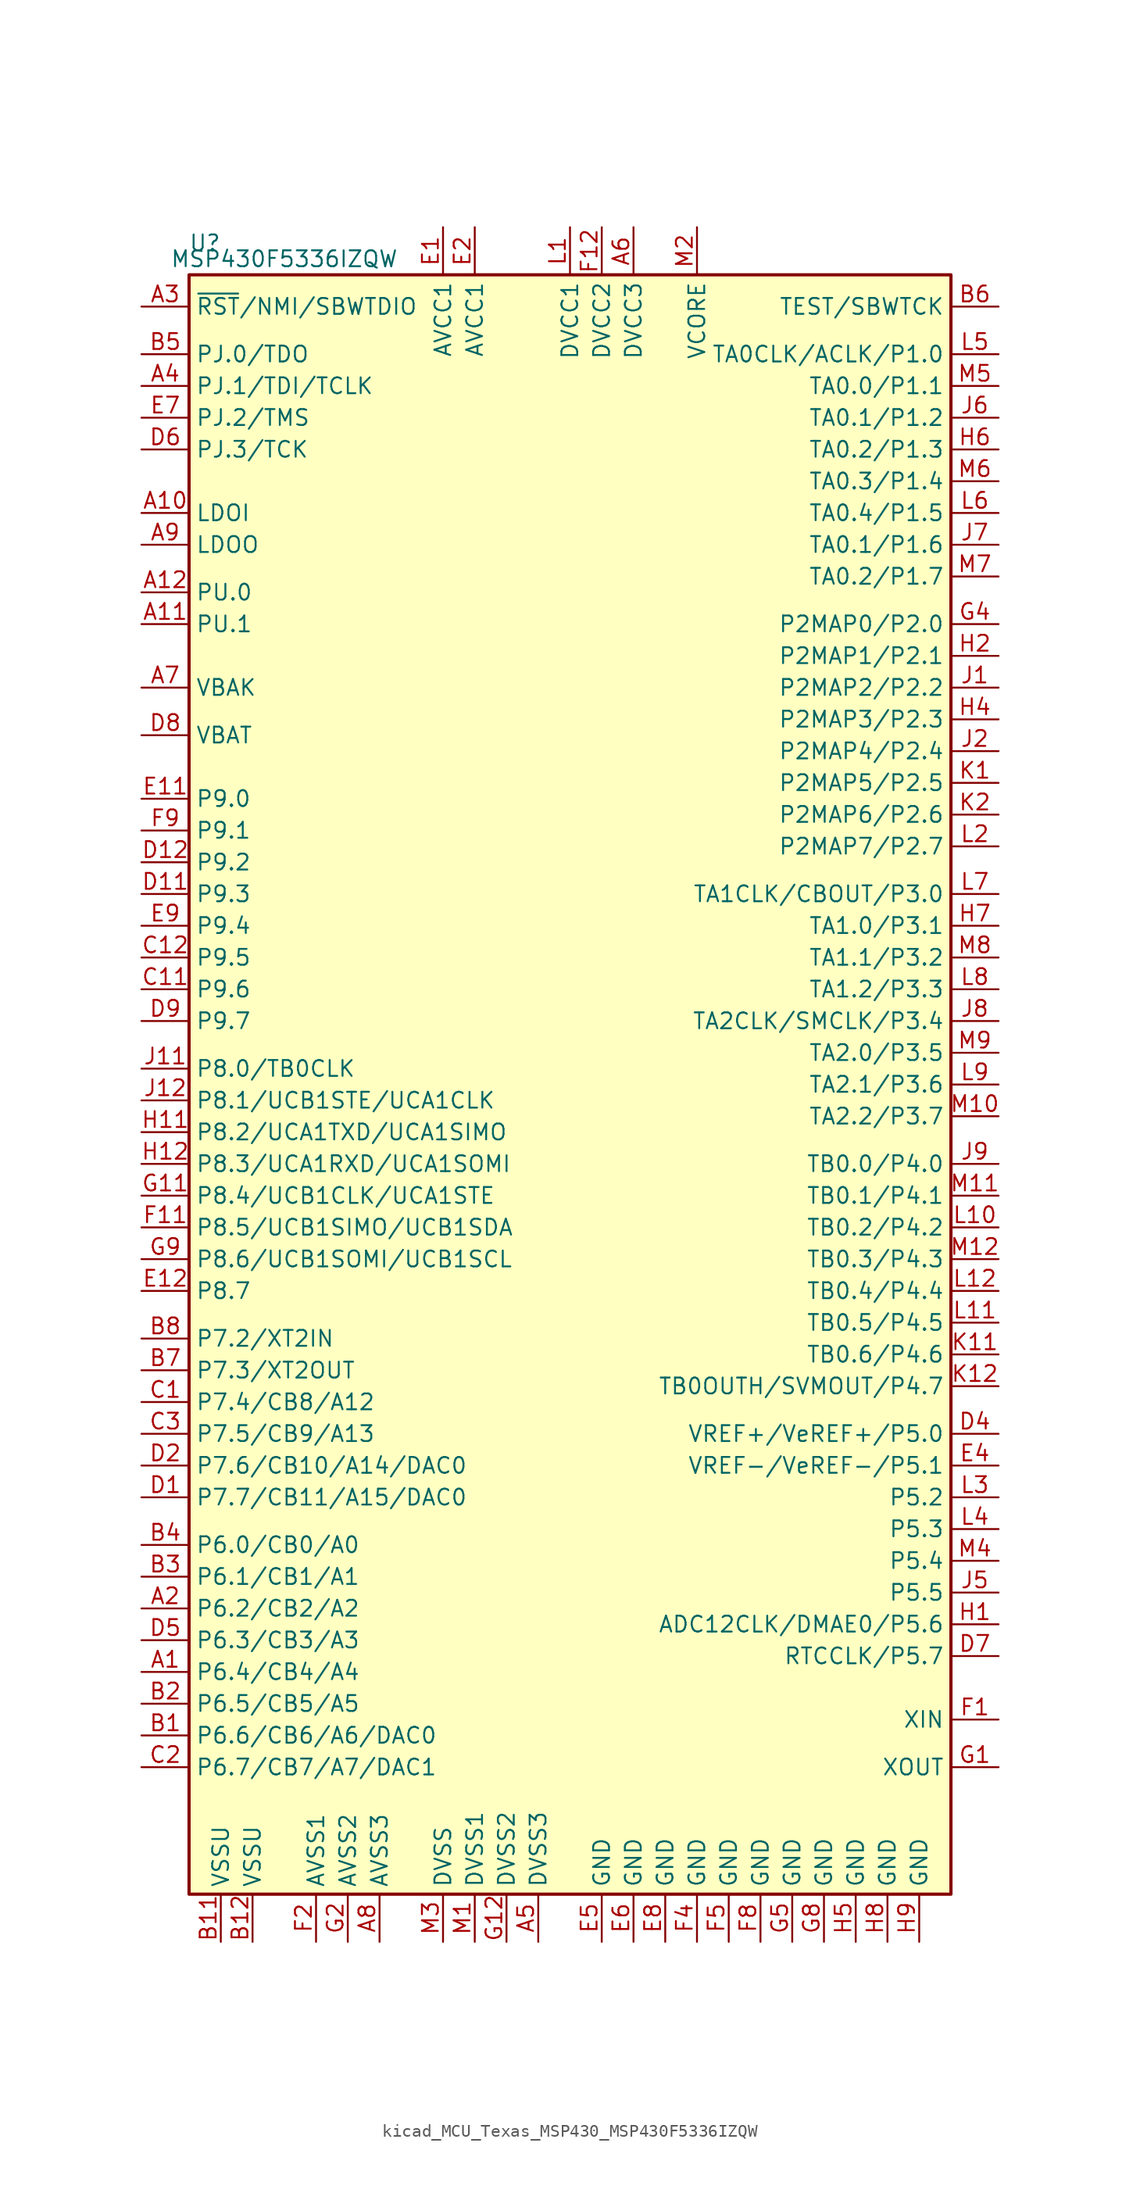
<source format=kicad_sym>
(kicad_symbol_lib
  (version 20220914)
  (generator kicad_symbol_editor)
  (symbol "kicad_MCU_Texas_MSP430_MSP430F5336IZQW"
    (property "Reference" "U"
      (at -29.21 67.31 0)
      (effects (font (size 1.27 1.27))))
    (property "Value" "MSP430F5336IZQW"
      (at -22.86 66.04 0)
      (effects (font (size 1.27 1.27))))
    (symbol "kicad_MCU_Texas_MSP430_MSP430F5336IZQW_0_1"
      (rectangle (start -30.48 64.77) (end 30.48 -64.77) (stroke (width 0.254) (type default)) (fill (type background))))
    (symbol "kicad_MCU_Texas_MSP430_MSP430F5336IZQW_1_1"
      (pin bidirectional line (at -34.29 -46.99 0) (length 3.81) (name "P6.4/CB4/A4" (effects (font (size 1.27 1.27)))) (number "A1" (effects (font (size 1.27 1.27)))))
      (pin bidirectional line (at -34.29 45.72 0) (length 3.81) (name "LDOI" (effects (font (size 1.27 1.27)))) (number "A10" (effects (font (size 1.27 1.27)))))
      (pin bidirectional line (at -34.29 36.83 0) (length 3.81) (name "PU.1" (effects (font (size 1.27 1.27)))) (number "A11" (effects (font (size 1.27 1.27)))))
      (pin bidirectional line (at -34.29 39.37 0) (length 3.81) (name "PU.0" (effects (font (size 1.27 1.27)))) (number "A12" (effects (font (size 1.27 1.27)))))
      (pin bidirectional line (at -34.29 -41.91 0) (length 3.81) (name "P6.2/CB2/A2" (effects (font (size 1.27 1.27)))) (number "A2" (effects (font (size 1.27 1.27)))))
      (pin input line (at -34.29 62.23 0) (length 3.81) (name "~{RST}/NMI/SBWTDIO" (effects (font (size 1.27 1.27)))) (number "A3" (effects (font (size 1.27 1.27)))))
      (pin bidirectional line (at -34.29 55.88 0) (length 3.81) (name "PJ.1/TDI/TCLK" (effects (font (size 1.27 1.27)))) (number "A4" (effects (font (size 1.27 1.27)))))
      (pin power_in line (at -2.54 -68.58 90) (length 3.81) (name "DVSS3" (effects (font (size 1.27 1.27)))) (number "A5" (effects (font (size 1.27 1.27)))))
      (pin power_in line (at 5.08 68.58 270) (length 3.81) (name "DVCC3" (effects (font (size 1.27 1.27)))) (number "A6" (effects (font (size 1.27 1.27)))))
      (pin bidirectional line (at -34.29 31.75 0) (length 3.81) (name "VBAK" (effects (font (size 1.27 1.27)))) (number "A7" (effects (font (size 1.27 1.27)))))
      (pin power_in line (at -15.24 -68.58 90) (length 3.81) (name "AVSS3" (effects (font (size 1.27 1.27)))) (number "A8" (effects (font (size 1.27 1.27)))))
      (pin bidirectional line (at -34.29 43.18 0) (length 3.81) (name "LDOO" (effects (font (size 1.27 1.27)))) (number "A9" (effects (font (size 1.27 1.27)))))
      (pin bidirectional line (at -34.29 -52.07 0) (length 3.81) (name "P6.6/CB6/A6/DAC0" (effects (font (size 1.27 1.27)))) (number "B1" (effects (font (size 1.27 1.27)))))
      (pin power_in line (at -27.94 -68.58 90) (length 3.81) (name "VSSU" (effects (font (size 1.27 1.27)))) (number "B11" (effects (font (size 1.27 1.27)))))
      (pin power_in line (at -25.4 -68.58 90) (length 3.81) (name "VSSU" (effects (font (size 1.27 1.27)))) (number "B12" (effects (font (size 1.27 1.27)))))
      (pin bidirectional line (at -34.29 -49.53 0) (length 3.81) (name "P6.5/CB5/A5" (effects (font (size 1.27 1.27)))) (number "B2" (effects (font (size 1.27 1.27)))))
      (pin bidirectional line (at -34.29 -39.37 0) (length 3.81) (name "P6.1/CB1/A1" (effects (font (size 1.27 1.27)))) (number "B3" (effects (font (size 1.27 1.27)))))
      (pin bidirectional line (at -34.29 -36.83 0) (length 3.81) (name "P6.0/CB0/A0" (effects (font (size 1.27 1.27)))) (number "B4" (effects (font (size 1.27 1.27)))))
      (pin bidirectional line (at -34.29 58.42 0) (length 3.81) (name "PJ.0/TDO" (effects (font (size 1.27 1.27)))) (number "B5" (effects (font (size 1.27 1.27)))))
      (pin input line (at 34.29 62.23 180) (length 3.81) (name "TEST/SBWTCK" (effects (font (size 1.27 1.27)))) (number "B6" (effects (font (size 1.27 1.27)))))
      (pin bidirectional line (at -34.29 -22.86 0) (length 3.81) (name "P7.3/XT2OUT" (effects (font (size 1.27 1.27)))) (number "B7" (effects (font (size 1.27 1.27)))))
      (pin bidirectional line (at -34.29 -20.32 0) (length 3.81) (name "P7.2/XT2IN" (effects (font (size 1.27 1.27)))) (number "B8" (effects (font (size 1.27 1.27)))))
      (pin bidirectional line (at -34.29 -25.4 0) (length 3.81) (name "P7.4/CB8/A12" (effects (font (size 1.27 1.27)))) (number "C1" (effects (font (size 1.27 1.27)))))
      (pin bidirectional line (at -34.29 7.62 0) (length 3.81) (name "P9.6" (effects (font (size 1.27 1.27)))) (number "C11" (effects (font (size 1.27 1.27)))))
      (pin bidirectional line (at -34.29 10.16 0) (length 3.81) (name "P9.5" (effects (font (size 1.27 1.27)))) (number "C12" (effects (font (size 1.27 1.27)))))
      (pin bidirectional line (at -34.29 -54.61 0) (length 3.81) (name "P6.7/CB7/A7/DAC1" (effects (font (size 1.27 1.27)))) (number "C2" (effects (font (size 1.27 1.27)))))
      (pin bidirectional line (at -34.29 -27.94 0) (length 3.81) (name "P7.5/CB9/A13" (effects (font (size 1.27 1.27)))) (number "C3" (effects (font (size 1.27 1.27)))))
      (pin bidirectional line (at -34.29 -33.02 0) (length 3.81) (name "P7.7/CB11/A15/DAC0" (effects (font (size 1.27 1.27)))) (number "D1" (effects (font (size 1.27 1.27)))))
      (pin bidirectional line (at -34.29 15.24 0) (length 3.81) (name "P9.3" (effects (font (size 1.27 1.27)))) (number "D11" (effects (font (size 1.27 1.27)))))
      (pin bidirectional line (at -34.29 17.78 0) (length 3.81) (name "P9.2" (effects (font (size 1.27 1.27)))) (number "D12" (effects (font (size 1.27 1.27)))))
      (pin bidirectional line (at -34.29 -30.48 0) (length 3.81) (name "P7.6/CB10/A14/DAC0" (effects (font (size 1.27 1.27)))) (number "D2" (effects (font (size 1.27 1.27)))))
      (pin bidirectional line (at 34.29 -27.94 180) (length 3.81) (name "VREF+/VeREF+/P5.0" (effects (font (size 1.27 1.27)))) (number "D4" (effects (font (size 1.27 1.27)))))
      (pin bidirectional line (at -34.29 -44.45 0) (length 3.81) (name "P6.3/CB3/A3" (effects (font (size 1.27 1.27)))) (number "D5" (effects (font (size 1.27 1.27)))))
      (pin bidirectional line (at -34.29 50.8 0) (length 3.81) (name "PJ.3/TCK" (effects (font (size 1.27 1.27)))) (number "D6" (effects (font (size 1.27 1.27)))))
      (pin bidirectional line (at 34.29 -45.72 180) (length 3.81) (name "RTCCLK/P5.7" (effects (font (size 1.27 1.27)))) (number "D7" (effects (font (size 1.27 1.27)))))
      (pin bidirectional line (at -34.29 27.94 0) (length 3.81) (name "VBAT" (effects (font (size 1.27 1.27)))) (number "D8" (effects (font (size 1.27 1.27)))))
      (pin bidirectional line (at -34.29 5.08 0) (length 3.81) (name "P9.7" (effects (font (size 1.27 1.27)))) (number "D9" (effects (font (size 1.27 1.27)))))
      (pin power_in line (at -10.16 68.58 270) (length 3.81) (name "AVCC1" (effects (font (size 1.27 1.27)))) (number "E1" (effects (font (size 1.27 1.27)))))
      (pin bidirectional line (at -34.29 22.86 0) (length 3.81) (name "P9.0" (effects (font (size 1.27 1.27)))) (number "E11" (effects (font (size 1.27 1.27)))))
      (pin bidirectional line (at -34.29 -16.51 0) (length 3.81) (name "P8.7" (effects (font (size 1.27 1.27)))) (number "E12" (effects (font (size 1.27 1.27)))))
      (pin power_in line (at -7.62 68.58 270) (length 3.81) (name "AVCC1" (effects (font (size 1.27 1.27)))) (number "E2" (effects (font (size 1.27 1.27)))))
      (pin bidirectional line (at 34.29 -30.48 180) (length 3.81) (name "VREF-/VeREF-/P5.1" (effects (font (size 1.27 1.27)))) (number "E4" (effects (font (size 1.27 1.27)))))
      (pin power_in line (at 2.54 -68.58 90) (length 3.81) (name "GND" (effects (font (size 1.27 1.27)))) (number "E5" (effects (font (size 1.27 1.27)))))
      (pin power_in line (at 5.08 -68.58 90) (length 3.81) (name "GND" (effects (font (size 1.27 1.27)))) (number "E6" (effects (font (size 1.27 1.27)))))
      (pin bidirectional line (at -34.29 53.34 0) (length 3.81) (name "PJ.2/TMS" (effects (font (size 1.27 1.27)))) (number "E7" (effects (font (size 1.27 1.27)))))
      (pin power_in line (at 7.62 -68.58 90) (length 3.81) (name "GND" (effects (font (size 1.27 1.27)))) (number "E8" (effects (font (size 1.27 1.27)))))
      (pin bidirectional line (at -34.29 12.7 0) (length 3.81) (name "P9.4" (effects (font (size 1.27 1.27)))) (number "E9" (effects (font (size 1.27 1.27)))))
      (pin bidirectional line (at 34.29 -50.8 180) (length 3.81) (name "XIN" (effects (font (size 1.27 1.27)))) (number "F1" (effects (font (size 1.27 1.27)))))
      (pin bidirectional line (at -34.29 -11.43 0) (length 3.81) (name "P8.5/UCB1SIMO/UCB1SDA" (effects (font (size 1.27 1.27)))) (number "F11" (effects (font (size 1.27 1.27)))))
      (pin power_in line (at 2.54 68.58 270) (length 3.81) (name "DVCC2" (effects (font (size 1.27 1.27)))) (number "F12" (effects (font (size 1.27 1.27)))))
      (pin power_in line (at -20.32 -68.58 90) (length 3.81) (name "AVSS1" (effects (font (size 1.27 1.27)))) (number "F2" (effects (font (size 1.27 1.27)))))
      (pin power_in line (at 10.16 -68.58 90) (length 3.81) (name "GND" (effects (font (size 1.27 1.27)))) (number "F4" (effects (font (size 1.27 1.27)))))
      (pin power_in line (at 12.7 -68.58 90) (length 3.81) (name "GND" (effects (font (size 1.27 1.27)))) (number "F5" (effects (font (size 1.27 1.27)))))
      (pin power_in line (at 15.24 -68.58 90) (length 3.81) (name "GND" (effects (font (size 1.27 1.27)))) (number "F8" (effects (font (size 1.27 1.27)))))
      (pin bidirectional line (at -34.29 20.32 0) (length 3.81) (name "P9.1" (effects (font (size 1.27 1.27)))) (number "F9" (effects (font (size 1.27 1.27)))))
      (pin bidirectional line (at 34.29 -54.61 180) (length 3.81) (name "XOUT" (effects (font (size 1.27 1.27)))) (number "G1" (effects (font (size 1.27 1.27)))))
      (pin bidirectional line (at -34.29 -8.89 0) (length 3.81) (name "P8.4/UCB1CLK/UCA1STE" (effects (font (size 1.27 1.27)))) (number "G11" (effects (font (size 1.27 1.27)))))
      (pin power_in line (at -5.08 -68.58 90) (length 3.81) (name "DVSS2" (effects (font (size 1.27 1.27)))) (number "G12" (effects (font (size 1.27 1.27)))))
      (pin power_in line (at -17.78 -68.58 90) (length 3.81) (name "AVSS2" (effects (font (size 1.27 1.27)))) (number "G2" (effects (font (size 1.27 1.27)))))
      (pin bidirectional line (at 34.29 36.83 180) (length 3.81) (name "P2MAP0/P2.0" (effects (font (size 1.27 1.27)))) (number "G4" (effects (font (size 1.27 1.27)))))
      (pin power_in line (at 17.78 -68.58 90) (length 3.81) (name "GND" (effects (font (size 1.27 1.27)))) (number "G5" (effects (font (size 1.27 1.27)))))
      (pin power_in line (at 20.32 -68.58 90) (length 3.81) (name "GND" (effects (font (size 1.27 1.27)))) (number "G8" (effects (font (size 1.27 1.27)))))
      (pin bidirectional line (at -34.29 -13.97 0) (length 3.81) (name "P8.6/UCB1SOMI/UCB1SCL" (effects (font (size 1.27 1.27)))) (number "G9" (effects (font (size 1.27 1.27)))))
      (pin bidirectional line (at 34.29 -43.18 180) (length 3.81) (name "ADC12CLK/DMAE0/P5.6" (effects (font (size 1.27 1.27)))) (number "H1" (effects (font (size 1.27 1.27)))))
      (pin bidirectional line (at -34.29 -3.81 0) (length 3.81) (name "P8.2/UCA1TXD/UCA1SIMO" (effects (font (size 1.27 1.27)))) (number "H11" (effects (font (size 1.27 1.27)))))
      (pin bidirectional line (at -34.29 -6.35 0) (length 3.81) (name "P8.3/UCA1RXD/UCA1SOMI" (effects (font (size 1.27 1.27)))) (number "H12" (effects (font (size 1.27 1.27)))))
      (pin bidirectional line (at 34.29 34.29 180) (length 3.81) (name "P2MAP1/P2.1" (effects (font (size 1.27 1.27)))) (number "H2" (effects (font (size 1.27 1.27)))))
      (pin bidirectional line (at 34.29 29.21 180) (length 3.81) (name "P2MAP3/P2.3" (effects (font (size 1.27 1.27)))) (number "H4" (effects (font (size 1.27 1.27)))))
      (pin power_in line (at 22.86 -68.58 90) (length 3.81) (name "GND" (effects (font (size 1.27 1.27)))) (number "H5" (effects (font (size 1.27 1.27)))))
      (pin bidirectional line (at 34.29 50.8 180) (length 3.81) (name "TA0.2/P1.3" (effects (font (size 1.27 1.27)))) (number "H6" (effects (font (size 1.27 1.27)))))
      (pin bidirectional line (at 34.29 12.7 180) (length 3.81) (name "TA1.0/P3.1" (effects (font (size 1.27 1.27)))) (number "H7" (effects (font (size 1.27 1.27)))))
      (pin power_in line (at 25.4 -68.58 90) (length 3.81) (name "GND" (effects (font (size 1.27 1.27)))) (number "H8" (effects (font (size 1.27 1.27)))))
      (pin power_in line (at 27.94 -68.58 90) (length 3.81) (name "GND" (effects (font (size 1.27 1.27)))) (number "H9" (effects (font (size 1.27 1.27)))))
      (pin bidirectional line (at 34.29 31.75 180) (length 3.81) (name "P2MAP2/P2.2" (effects (font (size 1.27 1.27)))) (number "J1" (effects (font (size 1.27 1.27)))))
      (pin bidirectional line (at -34.29 1.27 0) (length 3.81) (name "P8.0/TB0CLK" (effects (font (size 1.27 1.27)))) (number "J11" (effects (font (size 1.27 1.27)))))
      (pin bidirectional line (at -34.29 -1.27 0) (length 3.81) (name "P8.1/UCB1STE/UCA1CLK" (effects (font (size 1.27 1.27)))) (number "J12" (effects (font (size 1.27 1.27)))))
      (pin bidirectional line (at 34.29 26.67 180) (length 3.81) (name "P2MAP4/P2.4" (effects (font (size 1.27 1.27)))) (number "J2" (effects (font (size 1.27 1.27)))))
      (pin bidirectional line (at 34.29 -40.64 180) (length 3.81) (name "P5.5" (effects (font (size 1.27 1.27)))) (number "J5" (effects (font (size 1.27 1.27)))))
      (pin bidirectional line (at 34.29 53.34 180) (length 3.81) (name "TA0.1/P1.2" (effects (font (size 1.27 1.27)))) (number "J6" (effects (font (size 1.27 1.27)))))
      (pin bidirectional line (at 34.29 43.18 180) (length 3.81) (name "TA0.1/P1.6" (effects (font (size 1.27 1.27)))) (number "J7" (effects (font (size 1.27 1.27)))))
      (pin bidirectional line (at 34.29 5.08 180) (length 3.81) (name "TA2CLK/SMCLK/P3.4" (effects (font (size 1.27 1.27)))) (number "J8" (effects (font (size 1.27 1.27)))))
      (pin bidirectional line (at 34.29 -6.35 180) (length 3.81) (name "TB0.0/P4.0" (effects (font (size 1.27 1.27)))) (number "J9" (effects (font (size 1.27 1.27)))))
      (pin bidirectional line (at 34.29 24.13 180) (length 3.81) (name "P2MAP5/P2.5" (effects (font (size 1.27 1.27)))) (number "K1" (effects (font (size 1.27 1.27)))))
      (pin bidirectional line (at 34.29 -21.59 180) (length 3.81) (name "TB0.6/P4.6" (effects (font (size 1.27 1.27)))) (number "K11" (effects (font (size 1.27 1.27)))))
      (pin bidirectional line (at 34.29 -24.13 180) (length 3.81) (name "TB0OUTH/SVMOUT/P4.7" (effects (font (size 1.27 1.27)))) (number "K12" (effects (font (size 1.27 1.27)))))
      (pin bidirectional line (at 34.29 21.59 180) (length 3.81) (name "P2MAP6/P2.6" (effects (font (size 1.27 1.27)))) (number "K2" (effects (font (size 1.27 1.27)))))
      (pin power_in line (at 0 68.58 270) (length 3.81) (name "DVCC1" (effects (font (size 1.27 1.27)))) (number "L1" (effects (font (size 1.27 1.27)))))
      (pin bidirectional line (at 34.29 -11.43 180) (length 3.81) (name "TB0.2/P4.2" (effects (font (size 1.27 1.27)))) (number "L10" (effects (font (size 1.27 1.27)))))
      (pin bidirectional line (at 34.29 -19.05 180) (length 3.81) (name "TB0.5/P4.5" (effects (font (size 1.27 1.27)))) (number "L11" (effects (font (size 1.27 1.27)))))
      (pin bidirectional line (at 34.29 -16.51 180) (length 3.81) (name "TB0.4/P4.4" (effects (font (size 1.27 1.27)))) (number "L12" (effects (font (size 1.27 1.27)))))
      (pin bidirectional line (at 34.29 19.05 180) (length 3.81) (name "P2MAP7/P2.7" (effects (font (size 1.27 1.27)))) (number "L2" (effects (font (size 1.27 1.27)))))
      (pin bidirectional line (at 34.29 -33.02 180) (length 3.81) (name "P5.2" (effects (font (size 1.27 1.27)))) (number "L3" (effects (font (size 1.27 1.27)))))
      (pin bidirectional line (at 34.29 -35.56 180) (length 3.81) (name "P5.3" (effects (font (size 1.27 1.27)))) (number "L4" (effects (font (size 1.27 1.27)))))
      (pin bidirectional line (at 34.29 58.42 180) (length 3.81) (name "TA0CLK/ACLK/P1.0" (effects (font (size 1.27 1.27)))) (number "L5" (effects (font (size 1.27 1.27)))))
      (pin bidirectional line (at 34.29 45.72 180) (length 3.81) (name "TA0.4/P1.5" (effects (font (size 1.27 1.27)))) (number "L6" (effects (font (size 1.27 1.27)))))
      (pin bidirectional line (at 34.29 15.24 180) (length 3.81) (name "TA1CLK/CBOUT/P3.0" (effects (font (size 1.27 1.27)))) (number "L7" (effects (font (size 1.27 1.27)))))
      (pin bidirectional line (at 34.29 7.62 180) (length 3.81) (name "TA1.2/P3.3" (effects (font (size 1.27 1.27)))) (number "L8" (effects (font (size 1.27 1.27)))))
      (pin bidirectional line (at 34.29 0 180) (length 3.81) (name "TA2.1/P3.6" (effects (font (size 1.27 1.27)))) (number "L9" (effects (font (size 1.27 1.27)))))
      (pin power_in line (at -7.62 -68.58 90) (length 3.81) (name "DVSS1" (effects (font (size 1.27 1.27)))) (number "M1" (effects (font (size 1.27 1.27)))))
      (pin bidirectional line (at 34.29 -2.54 180) (length 3.81) (name "TA2.2/P3.7" (effects (font (size 1.27 1.27)))) (number "M10" (effects (font (size 1.27 1.27)))))
      (pin bidirectional line (at 34.29 -8.89 180) (length 3.81) (name "TB0.1/P4.1" (effects (font (size 1.27 1.27)))) (number "M11" (effects (font (size 1.27 1.27)))))
      (pin bidirectional line (at 34.29 -13.97 180) (length 3.81) (name "TB0.3/P4.3" (effects (font (size 1.27 1.27)))) (number "M12" (effects (font (size 1.27 1.27)))))
      (pin bidirectional line (at 10.16 68.58 270) (length 3.81) (name "VCORE" (effects (font (size 1.27 1.27)))) (number "M2" (effects (font (size 1.27 1.27)))))
      (pin power_in line (at -10.16 -68.58 90) (length 3.81) (name "DVSS" (effects (font (size 1.27 1.27)))) (number "M3" (effects (font (size 1.27 1.27)))))
      (pin bidirectional line (at 34.29 -38.1 180) (length 3.81) (name "P5.4" (effects (font (size 1.27 1.27)))) (number "M4" (effects (font (size 1.27 1.27)))))
      (pin bidirectional line (at 34.29 55.88 180) (length 3.81) (name "TA0.0/P1.1" (effects (font (size 1.27 1.27)))) (number "M5" (effects (font (size 1.27 1.27)))))
      (pin bidirectional line (at 34.29 48.26 180) (length 3.81) (name "TA0.3/P1.4" (effects (font (size 1.27 1.27)))) (number "M6" (effects (font (size 1.27 1.27)))))
      (pin bidirectional line (at 34.29 40.64 180) (length 3.81) (name "TA0.2/P1.7" (effects (font (size 1.27 1.27)))) (number "M7" (effects (font (size 1.27 1.27)))))
      (pin bidirectional line (at 34.29 10.16 180) (length 3.81) (name "TA1.1/P3.2" (effects (font (size 1.27 1.27)))) (number "M8" (effects (font (size 1.27 1.27)))))
      (pin bidirectional line (at 34.29 2.54 180) (length 3.81) (name "TA2.0/P3.5" (effects (font (size 1.27 1.27)))) (number "M9" (effects (font (size 1.27 1.27))))))))
</source>
